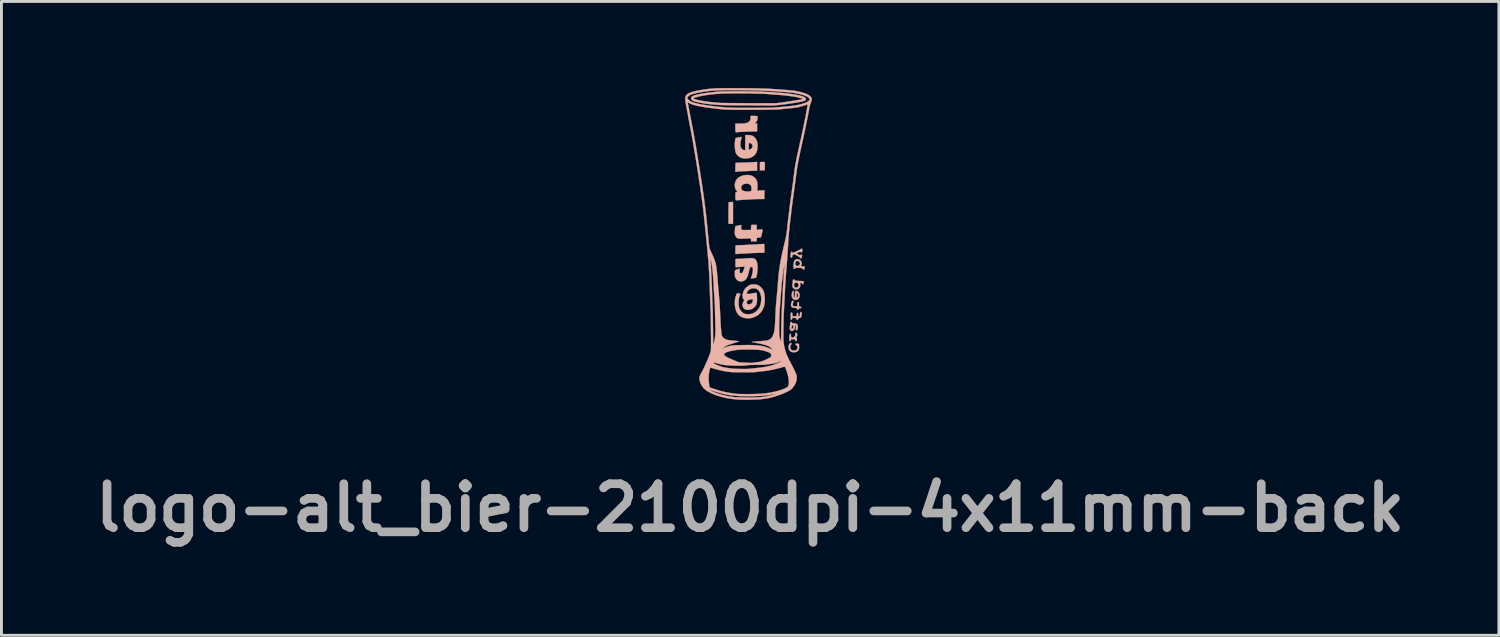
<source format=kicad_pcb>
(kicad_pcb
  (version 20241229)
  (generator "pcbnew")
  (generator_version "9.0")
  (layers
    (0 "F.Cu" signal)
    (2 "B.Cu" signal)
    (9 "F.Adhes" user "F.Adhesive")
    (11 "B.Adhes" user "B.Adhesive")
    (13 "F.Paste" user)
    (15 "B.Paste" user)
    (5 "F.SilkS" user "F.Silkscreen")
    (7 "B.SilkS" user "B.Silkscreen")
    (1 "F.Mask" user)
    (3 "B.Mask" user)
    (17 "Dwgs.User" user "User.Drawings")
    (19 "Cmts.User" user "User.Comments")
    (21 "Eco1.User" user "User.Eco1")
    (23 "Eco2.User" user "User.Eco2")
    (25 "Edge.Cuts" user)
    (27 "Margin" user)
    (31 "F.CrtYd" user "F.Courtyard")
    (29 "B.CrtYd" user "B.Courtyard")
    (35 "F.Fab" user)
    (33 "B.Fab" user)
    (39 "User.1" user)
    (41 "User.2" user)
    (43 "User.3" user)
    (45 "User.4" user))
  (footprint "logo-alt_bier-2100dpi-4x11mm-back"
    (layer "F.Cu")
    (at 22.99 5.393)
    (property "Reference" "logo-alt_bier-2100dpi-4x11mm-back" (at -0.05 9.15 0) (layer "F.Fab") (effects (font (size 1.524 1.524) (thickness 0.3))))
    (attr through_hole)
    (fp_poly (pts (xy -0.714 -1.444) (xy -0.753 -1.442) (xy -0.782 -1.441) (xy -0.792 -1.44) (xy -0.795 -1.428) (xy -0.797 -1.395) (xy -0.798 -1.344) (xy -0.8 -1.277) (xy -0.801 -1.197) (xy -0.801 -1.108) (xy -0.802 -1.064) (xy -0.802 -0.689) (xy -0.644 -0.689) (xy -0.644 -1.447) (xy -0.714 -1.444)) (stroke (width 0.01) (type solid)) (fill yes) (layer "B.SilkS"))
    (fp_poly (pts (xy 0.372 -2.832) (xy 0.287 -2.828) (xy 0.287 -2.54) (xy 0.372 -2.54) (xy 0.421 -2.542) (xy 0.449 -2.547) (xy 0.457 -2.555) (xy 0.457 -2.579) (xy 0.457 -2.619) (xy 0.458 -2.668) (xy 0.458 -2.719) (xy 0.458 -2.765) (xy 0.458 -2.801) (xy 0.457 -2.818) (xy 0.452 -2.828) (xy 0.436 -2.833) (xy 0.403 -2.833) (xy 0.372 -2.832)) (stroke (width 0.01) (type solid)) (fill yes) (layer "B.SilkS"))
    (fp_poly (pts (xy 0.078 -2.826) (xy 0.031 -2.823) (xy -0.034 -2.82) (xy -0.112 -2.817) (xy -0.197 -2.814) (xy -0.283 -2.811) (xy -0.294 -2.811) (xy -0.37 -2.808) (xy -0.438 -2.806) (xy -0.493 -2.804) (xy -0.533 -2.803) (xy -0.553 -2.802) (xy -0.555 -2.802) (xy -0.556 -2.79) (xy -0.558 -2.758) (xy -0.56 -2.712) (xy -0.562 -2.655) (xy -0.562 -2.646) (xy -0.567 -2.492) (xy -0.529 -2.492) (xy -0.501 -2.493) (xy -0.486 -2.497) (xy -0.485 -2.497) (xy -0.472 -2.5) (xy -0.439 -2.503) (xy -0.39 -2.506) (xy -0.33 -2.509) (xy -0.299 -2.51) (xy -0.23 -2.513) (xy -0.163 -2.516) (xy -0.107 -2.519) (xy -0.066 -2.521) (xy -0.058 -2.522) (xy -0.014 -2.524) (xy 0.041 -2.526) (xy 0.097 -2.527) (xy 0.19 -2.528) (xy 0.19 -2.834) (xy 0.078 -2.826)) (stroke (width 0.01) (type solid)) (fill yes) (layer "B.SilkS"))
    (fp_poly (pts (xy 1.355 3.437) (xy 1.327 3.454) (xy 1.303 3.487) (xy 1.286 3.532) (xy 1.279 3.58) (xy 1.279 3.583) (xy 1.288 3.651) (xy 1.314 3.704) (xy 1.359 3.739) (xy 1.42 3.758) (xy 1.466 3.762) (xy 1.528 3.756) (xy 1.573 3.74) (xy 1.577 3.738) (xy 1.613 3.704) (xy 1.638 3.656) (xy 1.649 3.604) (xy 1.645 3.563) (xy 1.639 3.531) (xy 1.642 3.508) (xy 1.643 3.506) (xy 1.646 3.485) (xy 1.628 3.469) (xy 1.592 3.46) (xy 1.574 3.459) (xy 1.54 3.461) (xy 1.525 3.468) (xy 1.521 3.483) (xy 1.521 3.484) (xy 1.532 3.508) (xy 1.55 3.519) (xy 1.576 3.54) (xy 1.588 3.574) (xy 1.588 3.614) (xy 1.575 3.652) (xy 1.551 3.681) (xy 1.541 3.687) (xy 1.489 3.703) (xy 1.436 3.702) (xy 1.389 3.686) (xy 1.369 3.671) (xy 1.346 3.633) (xy 1.338 3.584) (xy 1.347 3.535) (xy 1.365 3.503) (xy 1.381 3.473) (xy 1.381 3.45) (xy 1.368 3.437) (xy 1.355 3.437)) (stroke (width 0.01) (type solid)) (fill yes) (layer "B.SilkS"))
    (fp_poly (pts (xy 1.408 1.985) (xy 1.389 2.014) (xy 1.374 2.053) (xy 1.366 2.1) (xy 1.364 2.118) (xy 1.37 2.164) (xy 1.39 2.195) (xy 1.428 2.214) (xy 1.485 2.223) (xy 1.488 2.223) (xy 1.531 2.227) (xy 1.556 2.232) (xy 1.568 2.241) (xy 1.572 2.254) (xy 1.582 2.275) (xy 1.601 2.285) (xy 1.62 2.282) (xy 1.629 2.266) (xy 1.63 2.263) (xy 1.635 2.246) (xy 1.654 2.238) (xy 1.675 2.235) (xy 1.706 2.23) (xy 1.719 2.218) (xy 1.72 2.207) (xy 1.714 2.189) (xy 1.691 2.181) (xy 1.681 2.179) (xy 1.642 2.176) (xy 1.642 2.098) (xy 1.641 2.055) (xy 1.637 2.032) (xy 1.63 2.022) (xy 1.619 2.02) (xy 1.599 2.026) (xy 1.587 2.048) (xy 1.582 2.088) (xy 1.581 2.112) (xy 1.581 2.165) (xy 1.522 2.165) (xy 1.483 2.164) (xy 1.452 2.16) (xy 1.443 2.158) (xy 1.428 2.14) (xy 1.425 2.107) (xy 1.433 2.063) (xy 1.442 2.036) (xy 1.453 2) (xy 1.449 1.98) (xy 1.448 1.979) (xy 1.429 1.972) (xy 1.408 1.985)) (stroke (width 0.01) (type solid)) (fill yes) (layer "B.SilkS"))
    (fp_poly (pts (xy 1.521 1.641) (xy 1.511 1.668) (xy 1.505 1.715) (xy 1.502 1.754) (xy 1.497 1.805) (xy 1.492 1.845) (xy 1.487 1.869) (xy 1.483 1.875) (xy 1.471 1.865) (xy 1.459 1.849) (xy 1.452 1.818) (xy 1.453 1.77) (xy 1.462 1.702) (xy 1.468 1.671) (xy 1.471 1.644) (xy 1.465 1.634) (xy 1.447 1.635) (xy 1.423 1.65) (xy 1.405 1.685) (xy 1.393 1.736) (xy 1.389 1.788) (xy 1.397 1.848) (xy 1.423 1.896) (xy 1.461 1.93) (xy 1.508 1.946) (xy 1.561 1.943) (xy 1.596 1.928) (xy 1.634 1.895) (xy 1.657 1.849) (xy 1.666 1.796) (xy 1.664 1.779) (xy 1.611 1.779) (xy 1.61 1.806) (xy 1.6 1.832) (xy 1.584 1.865) (xy 1.571 1.873) (xy 1.562 1.858) (xy 1.557 1.82) (xy 1.557 1.797) (xy 1.56 1.747) (xy 1.566 1.718) (xy 1.577 1.712) (xy 1.592 1.73) (xy 1.6 1.747) (xy 1.611 1.779) (xy 1.664 1.779) (xy 1.66 1.743) (xy 1.64 1.695) (xy 1.605 1.658) (xy 1.594 1.651) (xy 1.559 1.635) (xy 1.536 1.631) (xy 1.521 1.641)) (stroke (width 0.01) (type solid)) (fill yes) (layer "B.SilkS"))
    (fp_poly (pts (xy 1.514 3.088) (xy 1.51 3.102) (xy 1.514 3.128) (xy 1.516 3.161) (xy 1.507 3.189) (xy 1.49 3.213) (xy 1.466 3.24) (xy 1.444 3.251) (xy 1.414 3.251) (xy 1.37 3.248) (xy 1.366 3.184) (xy 1.362 3.146) (xy 1.355 3.127) (xy 1.343 3.121) (xy 1.34 3.121) (xy 1.324 3.129) (xy 1.313 3.156) (xy 1.306 3.202) (xy 1.303 3.27) (xy 1.303 3.293) (xy 1.304 3.336) (xy 1.307 3.361) (xy 1.314 3.372) (xy 1.327 3.375) (xy 1.328 3.375) (xy 1.348 3.366) (xy 1.359 3.339) (xy 1.36 3.337) (xy 1.367 3.312) (xy 1.381 3.304) (xy 1.403 3.307) (xy 1.443 3.312) (xy 1.474 3.314) (xy 1.499 3.318) (xy 1.508 3.333) (xy 1.509 3.344) (xy 1.515 3.368) (xy 1.531 3.375) (xy 1.554 3.371) (xy 1.561 3.367) (xy 1.567 3.348) (xy 1.569 3.318) (xy 1.567 3.286) (xy 1.561 3.26) (xy 1.555 3.251) (xy 1.549 3.241) (xy 1.56 3.218) (xy 1.561 3.217) (xy 1.579 3.178) (xy 1.581 3.14) (xy 1.57 3.107) (xy 1.547 3.088) (xy 1.529 3.084) (xy 1.514 3.088)) (stroke (width 0.01) (type solid)) (fill yes) (layer "B.SilkS"))
    (fp_poly (pts (xy 0.379 0.01) (xy 0.333 0.013) (xy 0.321 0.014) (xy 0.273 0.017) (xy 0.209 0.021) (xy 0.135 0.025) (xy 0.058 0.029) (xy 0.028 0.03) (xy -0.041 0.034) (xy -0.104 0.037) (xy -0.156 0.04) (xy -0.192 0.042) (xy -0.203 0.043) (xy -0.229 0.045) (xy -0.273 0.047) (xy -0.329 0.048) (xy -0.391 0.05) (xy -0.394 0.05) (xy -0.452 0.051) (xy -0.502 0.054) (xy -0.538 0.058) (xy -0.555 0.063) (xy -0.555 0.063) (xy -0.558 0.079) (xy -0.56 0.114) (xy -0.562 0.163) (xy -0.562 0.216) (xy -0.562 0.357) (xy -0.531 0.358) (xy -0.506 0.358) (xy -0.496 0.356) (xy -0.483 0.354) (xy -0.451 0.351) (xy -0.403 0.348) (xy -0.345 0.345) (xy -0.323 0.344) (xy -0.259 0.341) (xy -0.202 0.338) (xy -0.157 0.335) (xy -0.129 0.332) (xy -0.125 0.332) (xy -0.104 0.33) (xy -0.064 0.328) (xy -0.007 0.325) (xy 0.063 0.323) (xy 0.14 0.32) (xy 0.175 0.319) (xy 0.444 0.311) (xy 0.444 0.162) (xy 0.443 0.092) (xy 0.44 0.042) (xy 0.435 0.015) (xy 0.431 0.01) (xy 0.414 0.009) (xy 0.379 0.01)) (stroke (width 0.01) (type solid)) (fill yes) (layer "B.SilkS"))
    (fp_poly (pts (xy -0.014 -4.428) (xy -0.018 -4.428) (xy -0.03 -4.423) (xy -0.037 -4.409) (xy -0.039 -4.377) (xy -0.04 -4.353) (xy -0.041 -4.31) (xy -0.047 -4.282) (xy -0.061 -4.259) (xy -0.085 -4.234) (xy -0.116 -4.207) (xy -0.152 -4.188) (xy -0.198 -4.175) (xy -0.256 -4.166) (xy -0.331 -4.162) (xy -0.412 -4.161) (xy -0.566 -4.161) (xy -0.563 -4.037) (xy -0.562 -3.982) (xy -0.561 -3.933) (xy -0.561 -3.898) (xy -0.56 -3.886) (xy -0.553 -3.864) (xy -0.531 -3.858) (xy -0.507 -3.86) (xy -0.498 -3.863) (xy -0.485 -3.866) (xy -0.451 -3.869) (xy -0.401 -3.872) (xy -0.339 -3.875) (xy -0.268 -3.879) (xy -0.194 -3.882) (xy -0.119 -3.885) (xy -0.048 -3.887) (xy 0.016 -3.888) (xy 0.066 -3.889) (xy 0.19 -3.889) (xy 0.19 -4.031) (xy 0.19 -4.173) (xy 0.113 -4.173) (xy 0.144 -4.206) (xy 0.17 -4.237) (xy 0.189 -4.266) (xy 0.19 -4.268) (xy 0.198 -4.293) (xy 0.203 -4.329) (xy 0.206 -4.368) (xy 0.206 -4.401) (xy 0.202 -4.419) (xy 0.201 -4.42) (xy 0.188 -4.422) (xy 0.157 -4.424) (xy 0.115 -4.426) (xy 0.068 -4.428) (xy 0.023 -4.428) (xy -0.014 -4.428)) (stroke (width 0.01) (type solid)) (fill yes) (layer "B.SilkS"))
    (fp_poly (pts (xy 1.352 2.713) (xy 1.344 2.726) (xy 1.338 2.755) (xy 1.335 2.785) (xy 1.33 2.835) (xy 1.324 2.883) (xy 1.32 2.909) (xy 1.322 2.956) (xy 1.339 2.993) (xy 1.368 3.016) (xy 1.402 3.024) (xy 1.438 3.012) (xy 1.458 2.996) (xy 1.486 2.952) (xy 1.504 2.897) (xy 1.509 2.852) (xy 1.511 2.838) (xy 1.448 2.838) (xy 1.445 2.871) (xy 1.445 2.873) (xy 1.436 2.914) (xy 1.422 2.944) (xy 1.406 2.96) (xy 1.391 2.96) (xy 1.38 2.941) (xy 1.378 2.93) (xy 1.38 2.9) (xy 1.391 2.865) (xy 1.408 2.836) (xy 1.426 2.819) (xy 1.431 2.818) (xy 1.443 2.822) (xy 1.448 2.838) (xy 1.511 2.838) (xy 1.512 2.829) (xy 1.524 2.825) (xy 1.528 2.826) (xy 1.54 2.836) (xy 1.543 2.857) (xy 1.54 2.89) (xy 1.535 2.929) (xy 1.531 2.961) (xy 1.53 2.969) (xy 1.535 2.99) (xy 1.553 2.997) (xy 1.572 2.995) (xy 1.585 2.979) (xy 1.592 2.955) (xy 1.605 2.885) (xy 1.599 2.831) (xy 1.574 2.792) (xy 1.531 2.768) (xy 1.468 2.758) (xy 1.454 2.758) (xy 1.42 2.755) (xy 1.402 2.746) (xy 1.396 2.734) (xy 1.381 2.713) (xy 1.366 2.709) (xy 1.352 2.713)) (stroke (width 0.01) (type solid)) (fill yes) (layer "B.SilkS"))
    (fp_poly (pts (xy 1.689 2.369) (xy 1.68 2.396) (xy 1.678 2.427) (xy 1.673 2.477) (xy 1.66 2.512) (xy 1.64 2.527) (xy 1.636 2.528) (xy 1.625 2.52) (xy 1.618 2.493) (xy 1.615 2.458) (xy 1.611 2.417) (xy 1.604 2.395) (xy 1.593 2.389) (xy 1.58 2.399) (xy 1.569 2.431) (xy 1.564 2.453) (xy 1.553 2.517) (xy 1.486 2.513) (xy 1.418 2.51) (xy 1.414 2.446) (xy 1.411 2.408) (xy 1.404 2.389) (xy 1.392 2.383) (xy 1.388 2.383) (xy 1.373 2.386) (xy 1.362 2.399) (xy 1.355 2.424) (xy 1.352 2.467) (xy 1.351 2.529) (xy 1.352 2.58) (xy 1.354 2.612) (xy 1.358 2.629) (xy 1.366 2.636) (xy 1.376 2.637) (xy 1.395 2.629) (xy 1.4 2.607) (xy 1.402 2.585) (xy 1.412 2.573) (xy 1.435 2.569) (xy 1.476 2.571) (xy 1.488 2.573) (xy 1.527 2.578) (xy 1.548 2.585) (xy 1.557 2.597) (xy 1.559 2.611) (xy 1.57 2.639) (xy 1.586 2.647) (xy 1.603 2.634) (xy 1.611 2.613) (xy 1.621 2.587) (xy 1.64 2.577) (xy 1.653 2.576) (xy 1.686 2.568) (xy 1.708 2.552) (xy 1.724 2.521) (xy 1.734 2.478) (xy 1.736 2.433) (xy 1.731 2.394) (xy 1.723 2.378) (xy 1.704 2.362) (xy 1.689 2.369)) (stroke (width 0.01) (type solid)) (fill yes) (layer "B.SilkS"))
    (fp_poly (pts (xy 1.552 0.538) (xy 1.507 0.559) (xy 1.477 0.591) (xy 1.467 0.617) (xy 1.46 0.658) (xy 1.455 0.708) (xy 1.452 0.761) (xy 1.452 0.81) (xy 1.456 0.848) (xy 1.462 0.867) (xy 1.482 0.876) (xy 1.501 0.869) (xy 1.509 0.851) (xy 1.515 0.842) (xy 1.538 0.836) (xy 1.58 0.835) (xy 1.586 0.835) (xy 1.667 0.837) (xy 1.724 0.843) (xy 1.76 0.854) (xy 1.774 0.869) (xy 1.775 0.873) (xy 1.784 0.89) (xy 1.805 0.896) (xy 1.827 0.888) (xy 1.827 0.887) (xy 1.832 0.871) (xy 1.835 0.84) (xy 1.835 0.833) (xy 1.835 0.786) (xy 1.773 0.786) (xy 1.737 0.785) (xy 1.72 0.781) (xy 1.716 0.771) (xy 1.719 0.759) (xy 1.731 0.71) (xy 1.734 0.683) (xy 1.678 0.683) (xy 1.668 0.718) (xy 1.641 0.75) (xy 1.608 0.77) (xy 1.588 0.774) (xy 1.556 0.766) (xy 1.533 0.75) (xy 1.514 0.716) (xy 1.511 0.674) (xy 1.523 0.633) (xy 1.549 0.602) (xy 1.55 0.602) (xy 1.582 0.593) (xy 1.618 0.602) (xy 1.65 0.625) (xy 1.672 0.656) (xy 1.678 0.683) (xy 1.734 0.683) (xy 1.734 0.674) (xy 1.728 0.642) (xy 1.722 0.625) (xy 1.692 0.579) (xy 1.65 0.549) (xy 1.602 0.535) (xy 1.552 0.538)) (stroke (width 0.01) (type solid)) (fill yes) (layer "B.SilkS"))
    (fp_poly (pts (xy 1.441 1.242) (xy 1.432 1.257) (xy 1.427 1.288) (xy 1.426 1.3) (xy 1.423 1.349) (xy 1.418 1.405) (xy 1.416 1.43) (xy 1.413 1.471) (xy 1.417 1.497) (xy 1.429 1.518) (xy 1.452 1.542) (xy 1.5 1.575) (xy 1.551 1.585) (xy 1.606 1.571) (xy 1.625 1.56) (xy 1.666 1.521) (xy 1.686 1.469) (xy 1.686 1.43) (xy 1.63 1.43) (xy 1.62 1.471) (xy 1.596 1.502) (xy 1.564 1.52) (xy 1.528 1.521) (xy 1.495 1.504) (xy 1.49 1.499) (xy 1.471 1.464) (xy 1.469 1.424) (xy 1.481 1.386) (xy 1.505 1.357) (xy 1.538 1.343) (xy 1.545 1.343) (xy 1.579 1.353) (xy 1.61 1.38) (xy 1.628 1.415) (xy 1.63 1.43) (xy 1.686 1.43) (xy 1.686 1.409) (xy 1.682 1.376) (xy 1.685 1.36) (xy 1.698 1.355) (xy 1.71 1.355) (xy 1.738 1.363) (xy 1.747 1.379) (xy 1.761 1.399) (xy 1.775 1.403) (xy 1.791 1.395) (xy 1.8 1.37) (xy 1.802 1.358) (xy 1.804 1.326) (xy 1.803 1.305) (xy 1.803 1.303) (xy 1.789 1.298) (xy 1.758 1.295) (xy 1.734 1.294) (xy 1.688 1.293) (xy 1.631 1.29) (xy 1.577 1.286) (xy 1.53 1.282) (xy 1.502 1.276) (xy 1.488 1.269) (xy 1.485 1.257) (xy 1.484 1.255) (xy 1.478 1.238) (xy 1.457 1.236) (xy 1.441 1.242)) (stroke (width 0.01) (type solid)) (fill yes) (layer "B.SilkS"))
    (fp_poly (pts (xy 1.718 0.174) (xy 1.706 0.186) (xy 1.692 0.196) (xy 1.661 0.213) (xy 1.619 0.234) (xy 1.57 0.257) (xy 1.521 0.278) (xy 1.477 0.297) (xy 1.443 0.31) (xy 1.425 0.314) (xy 1.413 0.305) (xy 1.412 0.296) (xy 1.402 0.281) (xy 1.389 0.278) (xy 1.371 0.287) (xy 1.359 0.315) (xy 1.353 0.363) (xy 1.351 0.42) (xy 1.352 0.457) (xy 1.356 0.476) (xy 1.366 0.482) (xy 1.379 0.482) (xy 1.398 0.474) (xy 1.407 0.452) (xy 1.41 0.434) (xy 1.416 0.401) (xy 1.434 0.382) (xy 1.449 0.375) (xy 1.467 0.369) (xy 1.485 0.369) (xy 1.508 0.377) (xy 1.541 0.394) (xy 1.582 0.418) (xy 1.626 0.445) (xy 1.661 0.469) (xy 1.682 0.486) (xy 1.686 0.492) (xy 1.702 0.506) (xy 1.714 0.508) (xy 1.729 0.501) (xy 1.738 0.479) (xy 1.743 0.452) (xy 1.746 0.417) (xy 1.745 0.391) (xy 1.744 0.386) (xy 1.726 0.375) (xy 1.705 0.381) (xy 1.695 0.393) (xy 1.687 0.401) (xy 1.671 0.399) (xy 1.642 0.385) (xy 1.631 0.379) (xy 1.591 0.355) (xy 1.57 0.339) (xy 1.569 0.327) (xy 1.585 0.316) (xy 1.612 0.304) (xy 1.66 0.285) (xy 1.69 0.279) (xy 1.702 0.287) (xy 1.702 0.29) (xy 1.712 0.3) (xy 1.725 0.302) (xy 1.742 0.296) (xy 1.752 0.272) (xy 1.755 0.255) (xy 1.758 0.219) (xy 1.756 0.192) (xy 1.755 0.188) (xy 1.739 0.171) (xy 1.718 0.174)) (stroke (width 0.01) (type solid)) (fill yes) (layer "B.SilkS"))
    (fp_poly (pts (xy 0.028 -0.652) (xy -0.004 -0.647) (xy -0.016 -0.64) (xy -0.017 -0.638) (xy -0.018 -0.618) (xy -0.019 -0.583) (xy -0.02 -0.55) (xy -0.021 -0.478) (xy -0.171 -0.474) (xy -0.235 -0.473) (xy -0.279 -0.473) (xy -0.309 -0.476) (xy -0.328 -0.481) (xy -0.342 -0.49) (xy -0.344 -0.492) (xy -0.358 -0.509) (xy -0.364 -0.53) (xy -0.363 -0.565) (xy -0.362 -0.581) (xy -0.355 -0.648) (xy -0.457 -0.631) (xy -0.516 -0.618) (xy -0.552 -0.606) (xy -0.566 -0.594) (xy -0.57 -0.574) (xy -0.574 -0.536) (xy -0.578 -0.486) (xy -0.58 -0.448) (xy -0.582 -0.389) (xy -0.582 -0.348) (xy -0.578 -0.318) (xy -0.57 -0.292) (xy -0.558 -0.266) (xy -0.537 -0.231) (xy -0.515 -0.206) (xy -0.487 -0.188) (xy -0.449 -0.178) (xy -0.398 -0.173) (xy -0.329 -0.173) (xy -0.263 -0.176) (xy -0.197 -0.179) (xy -0.137 -0.181) (xy -0.089 -0.184) (xy -0.058 -0.185) (xy -0.052 -0.186) (xy -0.033 -0.185) (xy -0.024 -0.174) (xy -0.021 -0.148) (xy -0.02 -0.133) (xy -0.019 -0.079) (xy 0.028 -0.079) (xy 0.073 -0.079) (xy 0.121 -0.082) (xy 0.127 -0.082) (xy 0.178 -0.086) (xy 0.178 -0.146) (xy 0.18 -0.182) (xy 0.186 -0.201) (xy 0.198 -0.206) (xy 0.199 -0.206) (xy 0.235 -0.209) (xy 0.273 -0.214) (xy 0.305 -0.221) (xy 0.324 -0.227) (xy 0.324 -0.228) (xy 0.329 -0.242) (xy 0.338 -0.273) (xy 0.348 -0.316) (xy 0.359 -0.364) (xy 0.37 -0.412) (xy 0.378 -0.452) (xy 0.383 -0.48) (xy 0.384 -0.487) (xy 0.373 -0.491) (xy 0.343 -0.492) (xy 0.3 -0.49) (xy 0.281 -0.489) (xy 0.178 -0.481) (xy 0.178 -0.653) (xy 0.081 -0.653) (xy 0.028 -0.652)) (stroke (width 0.01) (type solid)) (fill yes) (layer "B.SilkS"))
    (fp_poly (pts (xy -0.182 -3.763) (xy -0.221 -3.762) (xy -0.221 -3.242) (xy -0.256 -3.242) (xy -0.291 -3.249) (xy -0.321 -3.265) (xy -0.36 -3.31) (xy -0.383 -3.37) (xy -0.389 -3.446) (xy -0.379 -3.539) (xy -0.367 -3.598) (xy -0.357 -3.643) (xy -0.349 -3.678) (xy -0.347 -3.696) (xy -0.347 -3.698) (xy -0.359 -3.697) (xy -0.388 -3.693) (xy -0.428 -3.687) (xy -0.471 -3.679) (xy -0.511 -3.672) (xy -0.542 -3.665) (xy -0.555 -3.661) (xy -0.555 -3.661) (xy -0.562 -3.643) (xy -0.569 -3.606) (xy -0.575 -3.556) (xy -0.58 -3.498) (xy -0.583 -3.437) (xy -0.583 -3.43) (xy -0.581 -3.326) (xy -0.569 -3.233) (xy -0.55 -3.157) (xy -0.535 -3.12) (xy -0.497 -3.067) (xy -0.444 -3.019) (xy -0.383 -2.982) (xy -0.349 -2.969) (xy -0.279 -2.956) (xy -0.198 -2.952) (xy -0.119 -2.959) (xy -0.055 -2.974) (xy 0.033 -3.014) (xy 0.103 -3.069) (xy 0.155 -3.139) (xy 0.189 -3.226) (xy 0.206 -3.329) (xy 0.208 -3.357) (xy 0.207 -3.368) (xy 0.033 -3.368) (xy 0.014 -3.322) (xy -0.008 -3.295) (xy -0.038 -3.27) (xy -0.065 -3.255) (xy -0.075 -3.254) (xy -0.086 -3.255) (xy -0.093 -3.262) (xy -0.098 -3.279) (xy -0.1 -3.311) (xy -0.1 -3.362) (xy -0.1 -3.376) (xy -0.1 -3.431) (xy -0.098 -3.467) (xy -0.094 -3.486) (xy -0.088 -3.492) (xy -0.081 -3.491) (xy -0.053 -3.484) (xy -0.044 -3.483) (xy -0.024 -3.475) (xy 0.001 -3.456) (xy 0.003 -3.454) (xy 0.03 -3.413) (xy 0.033 -3.368) (xy 0.207 -3.368) (xy 0.204 -3.467) (xy 0.182 -3.562) (xy 0.142 -3.64) (xy 0.104 -3.685) (xy 0.06 -3.721) (xy 0.012 -3.745) (xy -0.046 -3.759) (xy -0.119 -3.764) (xy -0.182 -3.763)) (stroke (width 0.01) (type solid)) (fill yes) (layer "B.SilkS"))
    (fp_poly (pts (xy -0.19 -2.38) (xy -0.296 -2.364) (xy -0.388 -2.332) (xy -0.464 -2.285) (xy -0.522 -2.224) (xy -0.562 -2.15) (xy -0.582 -2.064) (xy -0.584 -2.026) (xy -0.576 -1.949) (xy -0.553 -1.883) (xy -0.521 -1.835) (xy -0.501 -1.807) (xy -0.499 -1.792) (xy -0.516 -1.788) (xy -0.531 -1.789) (xy -0.545 -1.787) (xy -0.554 -1.774) (xy -0.559 -1.747) (xy -0.562 -1.702) (xy -0.562 -1.637) (xy -0.562 -1.634) (xy -0.562 -1.578) (xy -0.56 -1.539) (xy -0.552 -1.516) (xy -0.534 -1.505) (xy -0.502 -1.504) (xy -0.453 -1.508) (xy -0.408 -1.512) (xy -0.361 -1.516) (xy -0.296 -1.521) (xy -0.222 -1.525) (xy -0.146 -1.529) (xy -0.124 -1.53) (xy -0.058 -1.534) (xy 0.000069 -1.537) (xy 0.046 -1.54) (xy 0.075 -1.542) (xy 0.081 -1.543) (xy 0.1 -1.544) (xy 0.137 -1.545) (xy 0.189 -1.546) (xy 0.25 -1.547) (xy 0.272 -1.547) (xy 0.444 -1.548) (xy 0.444 -1.853) (xy 0.316 -1.845) (xy 0.188 -1.836) (xy 0.196 -1.863) (xy 0.2 -1.886) (xy 0.203 -1.921) (xy -0.003 -1.921) (xy -0.005 -1.87) (xy -0.012 -1.839) (xy -0.028 -1.822) (xy -0.057 -1.814) (xy -0.092 -1.812) (xy -0.187 -1.812) (xy -0.26 -1.822) (xy -0.312 -1.843) (xy -0.329 -1.856) (xy -0.351 -1.886) (xy -0.359 -1.923) (xy -0.36 -1.94) (xy -0.35 -1.995) (xy -0.319 -2.037) (xy -0.27 -2.065) (xy -0.204 -2.079) (xy -0.172 -2.08) (xy -0.104 -2.072) (xy -0.053 -2.046) (xy -0.02 -2.004) (xy -0.005 -1.946) (xy -0.003 -1.921) (xy 0.203 -1.921) (xy 0.203 -1.927) (xy 0.205 -1.978) (xy 0.205 -2.007) (xy 0.2 -2.097) (xy 0.185 -2.169) (xy 0.157 -2.229) (xy 0.115 -2.281) (xy 0.096 -2.299) (xy 0.033 -2.343) (xy -0.039 -2.37) (xy -0.124 -2.381) (xy -0.19 -2.38)) (stroke (width 0.01) (type solid)) (fill yes) (layer "B.SilkS"))
    (fp_poly (pts (xy -0.065 0.5) (xy -0.111 0.502) (xy -0.169 0.506) (xy -0.218 0.509) (xy -0.254 0.512) (xy -0.27 0.515) (xy -0.27 0.515) (xy -0.284 0.517) (xy -0.318 0.519) (xy -0.365 0.521) (xy -0.418 0.522) (xy -0.48 0.524) (xy -0.521 0.526) (xy -0.546 0.53) (xy -0.558 0.537) (xy -0.56 0.544) (xy -0.561 0.563) (xy -0.561 0.601) (xy -0.561 0.65) (xy -0.561 0.689) (xy -0.56 0.746) (xy -0.559 0.783) (xy -0.555 0.804) (xy -0.549 0.813) (xy -0.539 0.814) (xy -0.539 0.814) (xy -0.519 0.813) (xy -0.481 0.81) (xy -0.429 0.807) (xy -0.377 0.804) (xy -0.236 0.795) (xy -0.265 0.885) (xy -0.283 0.932) (xy -0.304 0.974) (xy -0.322 1.002) (xy -0.324 1.003) (xy -0.346 1.022) (xy -0.366 1.025) (xy -0.384 1.018) (xy -0.402 1.007) (xy -0.413 0.989) (xy -0.417 0.959) (xy -0.416 0.912) (xy -0.416 0.905) (xy -0.413 0.86) (xy -0.489 0.885) (xy -0.53 0.9) (xy -0.561 0.915) (xy -0.575 0.924) (xy -0.58 0.945) (xy -0.583 0.983) (xy -0.583 1.03) (xy -0.581 1.079) (xy -0.577 1.124) (xy -0.571 1.152) (xy -0.546 1.207) (xy -0.506 1.256) (xy -0.463 1.288) (xy -0.397 1.31) (xy -0.331 1.308) (xy -0.272 1.287) (xy -0.229 1.261) (xy -0.194 1.228) (xy -0.165 1.183) (xy -0.139 1.125) (xy -0.115 1.049) (xy -0.094 0.962) (xy -0.083 0.914) (xy -0.071 0.871) (xy -0.062 0.844) (xy -0.041 0.813) (xy -0.012 0.803) (xy 0.019 0.815) (xy 0.023 0.818) (xy 0.036 0.833) (xy 0.043 0.851) (xy 0.044 0.879) (xy 0.042 0.924) (xy 0.042 0.931) (xy 0.034 0.99) (xy 0.021 1.057) (xy 0.005 1.117) (xy -0.026 1.212) (xy 0.001 1.205) (xy 0.028 1.2) (xy 0.068 1.194) (xy 0.091 1.19) (xy 0.122 1.186) (xy 0.144 1.178) (xy 0.16 1.163) (xy 0.171 1.138) (xy 0.18 1.098) (xy 0.189 1.039) (xy 0.193 1.007) (xy 0.206 0.877) (xy 0.206 0.765) (xy 0.194 0.672) (xy 0.169 0.599) (xy 0.133 0.545) (xy 0.085 0.512) (xy 0.061 0.504) (xy 0.031 0.5) (xy -0.009 0.498) (xy -0.065 0.5)) (stroke (width 0.01) (type solid)) (fill yes) (layer "B.SilkS"))
    (fp_poly (pts (xy 0.023 1.41) (xy -0.014 1.415) (xy -0.048 1.426) (xy -0.087 1.445) (xy -0.098 1.451) (xy -0.18 1.508) (xy -0.244 1.581) (xy -0.289 1.667) (xy -0.312 1.76) (xy -0.314 1.815) (xy -0.307 1.867) (xy -0.292 1.91) (xy -0.272 1.936) (xy -0.27 1.937) (xy -0.257 1.948) (xy -0.257 1.96) (xy -0.269 1.981) (xy -0.276 1.992) (xy -0.303 2.049) (xy -0.314 2.114) (xy -0.308 2.175) (xy -0.306 2.182) (xy -0.278 2.233) (xy -0.234 2.269) (xy -0.179 2.289) (xy -0.117 2.295) (xy -0.051 2.285) (xy 0.015 2.259) (xy 0.077 2.218) (xy 0.095 2.202) (xy 0.134 2.159) (xy 0.161 2.112) (xy 0.178 2.057) (xy 0.187 1.989) (xy 0.188 1.958) (xy 0.045 1.958) (xy 0.039 1.998) (xy 0.026 2.034) (xy -0.001 2.067) (xy -0.04 2.09) (xy -0.083 2.102) (xy -0.124 2.101) (xy -0.154 2.086) (xy -0.171 2.053) (xy -0.169 2.016) (xy -0.148 1.981) (xy -0.114 1.954) (xy -0.081 1.942) (xy -0.038 1.932) (xy -0.017 1.928) (xy 0.045 1.92) (xy 0.045 1.958) (xy 0.188 1.958) (xy 0.189 1.905) (xy 0.187 1.859) (xy 0.184 1.802) (xy 0.179 1.753) (xy 0.174 1.719) (xy 0.17 1.704) (xy 0.154 1.702) (xy 0.12 1.705) (xy 0.073 1.712) (xy 0.039 1.718) (xy -0.04 1.733) (xy -0.097 1.741) (xy -0.136 1.742) (xy -0.158 1.734) (xy -0.166 1.718) (xy -0.163 1.694) (xy -0.159 1.682) (xy -0.126 1.628) (xy -0.077 1.587) (xy -0.016 1.558) (xy 0.051 1.545) (xy 0.12 1.548) (xy 0.184 1.57) (xy 0.19 1.573) (xy 0.24 1.615) (xy 0.28 1.674) (xy 0.31 1.749) (xy 0.328 1.833) (xy 0.334 1.925) (xy 0.327 2.019) (xy 0.308 2.112) (xy 0.28 2.19) (xy 0.238 2.26) (xy 0.179 2.326) (xy 0.111 2.38) (xy 0.04 2.418) (xy 0.039 2.418) (xy -0.031 2.436) (xy -0.11 2.443) (xy -0.187 2.439) (xy -0.235 2.429) (xy -0.293 2.401) (xy -0.348 2.355) (xy -0.395 2.297) (xy -0.411 2.27) (xy -0.426 2.236) (xy -0.436 2.203) (xy -0.443 2.162) (xy -0.447 2.108) (xy -0.448 2.078) (xy -0.449 1.986) (xy -0.443 1.911) (xy -0.428 1.844) (xy -0.406 1.787) (xy -0.395 1.758) (xy -0.391 1.739) (xy -0.391 1.737) (xy -0.405 1.733) (xy -0.435 1.727) (xy -0.452 1.725) (xy -0.508 1.717) (xy -0.532 1.774) (xy -0.564 1.874) (xy -0.581 1.984) (xy -0.583 2.097) (xy -0.57 2.208) (xy -0.543 2.309) (xy -0.518 2.368) (xy -0.487 2.42) (xy -0.456 2.46) (xy -0.415 2.496) (xy -0.4 2.508) (xy -0.331 2.547) (xy -0.248 2.573) (xy -0.156 2.586) (xy -0.062 2.584) (xy 0.018 2.57) (xy 0.13 2.528) (xy 0.229 2.467) (xy 0.312 2.388) (xy 0.377 2.294) (xy 0.424 2.186) (xy 0.447 2.091) (xy 0.455 2.016) (xy 0.458 1.931) (xy 0.454 1.844) (xy 0.445 1.761) (xy 0.432 1.691) (xy 0.421 1.655) (xy 0.381 1.578) (xy 0.324 1.509) (xy 0.256 1.455) (xy 0.234 1.442) (xy 0.196 1.425) (xy 0.158 1.415) (xy 0.113 1.411) (xy 0.075 1.41) (xy 0.023 1.41)) (stroke (width 0.01) (type solid)) (fill yes) (layer "B.SilkS"))
    (fp_poly (pts (xy -0.6 -5.28) (xy -0.713 -5.28) (xy -0.819 -5.279) (xy -0.915 -5.278) (xy -0.999 -5.277) (xy -1.067 -5.276) (xy -1.117 -5.274) (xy -1.146 -5.273) (xy -1.314 -5.254) (xy -1.459 -5.237) (xy -1.582 -5.22) (xy -1.684 -5.205) (xy -1.766 -5.191) (xy -1.805 -5.182) (xy -1.897 -5.161) (xy -1.967 -5.142) (xy -2.019 -5.125) (xy -2.056 -5.108) (xy -2.079 -5.09) (xy -2.091 -5.07) (xy -2.095 -5.046) (xy -2.096 -5.038) (xy -2.091 -5.007) (xy -2.076 -4.982) (xy -2.047 -4.959) (xy -2.002 -4.939) (xy -1.94 -4.92) (xy -1.858 -4.9) (xy -1.797 -4.888) (xy -1.727 -4.874) (xy -1.659 -4.862) (xy -1.6 -4.853) (xy -1.555 -4.846) (xy -1.545 -4.845) (xy -1.499 -4.841) (xy -1.44 -4.834) (xy -1.377 -4.828) (xy -1.358 -4.826) (xy -1.294 -4.819) (xy -1.227 -4.814) (xy -1.156 -4.809) (xy -1.079 -4.805) (xy -0.993 -4.801) (xy -0.897 -4.798) (xy -0.787 -4.796) (xy -0.662 -4.794) (xy -0.52 -4.793) (xy -0.359 -4.792) (xy -0.175 -4.791) (xy -0.143 -4.791) (xy -0.009 -4.791) (xy 0.118 -4.79) (xy 0.236 -4.79) (xy 0.344 -4.789) (xy 0.438 -4.788) (xy 0.517 -4.787) (xy 0.579 -4.787) (xy 0.621 -4.786) (xy 0.642 -4.785) (xy 0.643 -4.785) (xy 0.665 -4.784) (xy 0.705 -4.785) (xy 0.757 -4.788) (xy 0.801 -4.791) (xy 0.878 -4.798) (xy 0.969 -4.808) (xy 1.07 -4.82) (xy 1.178 -4.834) (xy 1.289 -4.85) (xy 1.399 -4.866) (xy 1.504 -4.883) (xy 1.601 -4.899) (xy 1.685 -4.914) (xy 1.754 -4.928) (xy 1.803 -4.94) (xy 1.808 -4.941) (xy 1.847 -4.955) (xy 1.869 -4.97) (xy 1.879 -4.99) (xy 1.879 -4.992) (xy 1.88 -5.014) (xy 1.771 -5.014) (xy 1.755 -5.007) (xy 1.734 -5.002) (xy 1.691 -4.993) (xy 1.632 -4.983) (xy 1.559 -4.97) (xy 1.476 -4.956) (xy 1.386 -4.942) (xy 1.293 -4.928) (xy 1.199 -4.914) (xy 1.11 -4.901) (xy 1.028 -4.889) (xy 0.956 -4.88) (xy 0.898 -4.873) (xy 0.874 -4.87) (xy 0.852 -4.869) (xy 0.808 -4.868) (xy 0.746 -4.868) (xy 0.666 -4.868) (xy 0.572 -4.867) (xy 0.465 -4.867) (xy 0.348 -4.867) (xy 0.222 -4.868) (xy 0.092 -4.868) (xy -0.043 -4.868) (xy -0.178 -4.869) (xy -0.313 -4.87) (xy -0.444 -4.87) (xy -0.57 -4.871) (xy -0.688 -4.872) (xy -0.796 -4.873) (xy -0.892 -4.874) (xy -0.973 -4.875) (xy -1.038 -4.876) (xy -1.083 -4.877) (xy -1.107 -4.878) (xy -1.11 -4.878) (xy -1.14 -4.882) (xy -1.184 -4.887) (xy -1.235 -4.892) (xy -1.243 -4.892) (xy -1.358 -4.902) (xy -1.471 -4.914) (xy -1.579 -4.928) (xy -1.681 -4.944) (xy -1.773 -4.96) (xy -1.854 -4.976) (xy -1.921 -4.993) (xy -1.973 -5.009) (xy -2.006 -5.024) (xy -2.018 -5.037) (xy -2.015 -5.044) (xy -1.998 -5.052) (xy -1.962 -5.064) (xy -1.911 -5.078) (xy -1.849 -5.093) (xy -1.783 -5.109) (xy -1.715 -5.123) (xy -1.651 -5.136) (xy -1.594 -5.145) (xy -1.594 -5.145) (xy -1.497 -5.159) (xy -1.407 -5.171) (xy -1.322 -5.181) (xy -1.239 -5.188) (xy -1.153 -5.194) (xy -1.061 -5.199) (xy -0.96 -5.202) (xy -0.847 -5.205) (xy -0.717 -5.206) (xy -0.568 -5.207) (xy -0.499 -5.207) (xy -0.326 -5.206) (xy -0.161 -5.205) (xy -0.006 -5.204) (xy 0.138 -5.201) (xy 0.268 -5.198) (xy 0.381 -5.195) (xy 0.476 -5.191) (xy 0.551 -5.186) (xy 0.595 -5.183) (xy 0.631 -5.179) (xy 0.676 -5.175) (xy 0.734 -5.17) (xy 0.807 -5.165) (xy 0.899 -5.159) (xy 0.989 -5.152) (xy 1.104 -5.143) (xy 1.221 -5.13) (xy 1.337 -5.115) (xy 1.448 -5.099) (xy 1.55 -5.081) (xy 1.638 -5.062) (xy 1.708 -5.043) (xy 1.745 -5.031) (xy 1.768 -5.021) (xy 1.771 -5.014) (xy 1.88 -5.014) (xy 1.881 -5.022) (xy 1.868 -5.049) (xy 1.838 -5.073) (xy 1.789 -5.096) (xy 1.72 -5.119) (xy 1.66 -5.135) (xy 1.571 -5.154) (xy 1.463 -5.174) (xy 1.343 -5.192) (xy 1.216 -5.208) (xy 1.087 -5.221) (xy 0.963 -5.23) (xy 0.934 -5.232) (xy 0.877 -5.236) (xy 0.83 -5.239) (xy 0.797 -5.242) (xy 0.783 -5.244) (xy 0.783 -5.244) (xy 0.769 -5.246) (xy 0.736 -5.248) (xy 0.687 -5.251) (xy 0.627 -5.254) (xy 0.595 -5.255) (xy 0.529 -5.259) (xy 0.469 -5.262) (xy 0.422 -5.266) (xy 0.391 -5.269) (xy 0.384 -5.27) (xy 0.363 -5.272) (xy 0.32 -5.273) (xy 0.258 -5.275) (xy 0.18 -5.276) (xy 0.089 -5.278) (xy -0.014 -5.278) (xy -0.125 -5.279) (xy -0.242 -5.28) (xy -0.361 -5.28) (xy -0.482 -5.28) (xy -0.6 -5.28)) (stroke (width 0.01) (type solid)) (fill yes) (layer "B.SilkS"))
    (fp_poly (pts (xy -0.837 -5.388) (xy -0.96 -5.387) (xy -1.07 -5.386) (xy -1.165 -5.384) (xy -1.244 -5.382) (xy -1.302 -5.379) (xy -1.31 -5.379) (xy -1.472 -5.365) (xy -1.633 -5.345) (xy -1.787 -5.321) (xy -1.927 -5.293) (xy -2.024 -5.269) (xy -2.118 -5.239) (xy -2.19 -5.207) (xy -2.242 -5.171) (xy -2.276 -5.128) (xy -2.295 -5.077) (xy -2.301 -5.016) (xy -2.301 -5.015) (xy -2.299 -4.982) (xy -2.293 -4.931) (xy -2.283 -4.866) (xy -2.27 -4.792) (xy -2.255 -4.713) (xy -2.253 -4.703) (xy -2.237 -4.619) (xy -2.221 -4.536) (xy -2.207 -4.458) (xy -2.195 -4.391) (xy -2.186 -4.342) (xy -2.186 -4.342) (xy -2.178 -4.295) (xy -2.166 -4.231) (xy -2.151 -4.153) (xy -2.134 -4.068) (xy -2.117 -3.981) (xy -2.112 -3.955) (xy -2.089 -3.838) (xy -2.064 -3.699) (xy -2.036 -3.543) (xy -2.007 -3.371) (xy -1.976 -3.187) (xy -1.944 -2.994) (xy -1.911 -2.795) (xy -1.879 -2.592) (xy -1.847 -2.389) (xy -1.817 -2.188) (xy -1.787 -1.993) (xy -1.76 -1.807) (xy -1.735 -1.632) (xy -1.713 -1.471) (xy -1.694 -1.328) (xy -1.691 -1.306) (xy -1.682 -1.235) (xy -1.672 -1.144) (xy -1.66 -1.034) (xy -1.646 -0.91) (xy -1.632 -0.775) (xy -1.617 -0.631) (xy -1.602 -0.483) (xy -1.587 -0.332) (xy -1.572 -0.184) (xy -1.558 -0.039) (xy -1.544 0.097) (xy -1.533 0.223) (xy -1.528 0.278) (xy -1.52 0.361) (xy -1.513 0.439) (xy -1.507 0.508) (xy -1.502 0.564) (xy -1.498 0.602) (xy -1.497 0.611) (xy -1.494 0.651) (xy -1.49 0.706) (xy -1.486 0.765) (xy -1.485 0.786) (xy -1.481 0.851) (xy -1.477 0.919) (xy -1.474 0.979) (xy -1.473 0.992) (xy -1.47 1.038) (xy -1.468 1.101) (xy -1.464 1.173) (xy -1.462 1.247) (xy -1.461 1.264) (xy -1.458 1.344) (xy -1.455 1.431) (xy -1.451 1.515) (xy -1.449 1.586) (xy -1.449 1.591) (xy -1.446 1.651) (xy -1.444 1.728) (xy -1.441 1.816) (xy -1.438 1.905) (xy -1.436 1.978) (xy -1.433 2.055) (xy -1.43 2.126) (xy -1.428 2.187) (xy -1.425 2.233) (xy -1.423 2.26) (xy -1.423 2.262) (xy -1.421 2.282) (xy -1.42 2.323) (xy -1.419 2.384) (xy -1.417 2.463) (xy -1.415 2.556) (xy -1.414 2.662) (xy -1.412 2.778) (xy -1.411 2.902) (xy -1.41 2.994) (xy -1.409 3.14) (xy -1.407 3.265) (xy -1.407 3.37) (xy -1.406 3.456) (xy -1.407 3.527) (xy -1.407 3.584) (xy -1.408 3.629) (xy -1.41 3.664) (xy -1.413 3.692) (xy -1.416 3.714) (xy -1.42 3.733) (xy -1.424 3.75) (xy -1.428 3.762) (xy -1.451 3.83) (xy -1.483 3.913) (xy -1.52 4.006) (xy -1.562 4.103) (xy -1.605 4.2) (xy -1.648 4.292) (xy -1.688 4.374) (xy -1.724 4.441) (xy -1.742 4.472) (xy -1.782 4.547) (xy -1.805 4.616) (xy -1.81 4.685) (xy -1.798 4.757) (xy -1.768 4.838) (xy -1.744 4.886) (xy -1.702 4.958) (xy -1.651 5.018) (xy -1.586 5.073) (xy -1.525 5.114) (xy -1.388 5.186) (xy -1.232 5.25) (xy -1.058 5.304) (xy -0.871 5.348) (xy -0.672 5.38) (xy -0.535 5.394) (xy -0.452 5.4) (xy -0.351 5.403) (xy -0.237 5.405) (xy -0.117 5.405) (xy 0.004 5.403) (xy 0.12 5.4) (xy 0.225 5.395) (xy 0.313 5.389) (xy 0.329 5.387) (xy 0.404 5.378) (xy 0.485 5.367) (xy 0.562 5.355) (xy 0.613 5.346) (xy 0.71 5.322) (xy 0.821 5.289) (xy 0.938 5.25) (xy 1.054 5.207) (xy 1.059 5.205) (xy 0.827 5.205) (xy 0.819 5.21) (xy 0.793 5.22) (xy 0.752 5.232) (xy 0.702 5.246) (xy 0.647 5.26) (xy 0.593 5.272) (xy 0.559 5.279) (xy 0.457 5.297) (xy 0.352 5.31) (xy 0.242 5.32) (xy 0.12 5.326) (xy -0.016 5.329) (xy -0.171 5.328) (xy -0.209 5.328) (xy -0.3 5.326) (xy -0.384 5.324) (xy -0.459 5.322) (xy -0.52 5.32) (xy -0.564 5.319) (xy -0.588 5.317) (xy -0.59 5.317) (xy -0.619 5.312) (xy -0.664 5.306) (xy -0.715 5.298) (xy -0.723 5.297) (xy -0.82 5.281) (xy -0.925 5.258) (xy -1.032 5.231) (xy -1.137 5.2) (xy -1.235 5.167) (xy -1.322 5.134) (xy -1.393 5.101) (xy -1.431 5.08) (xy -1.451 5.066) (xy -1.454 5.061) (xy -1.449 5.062) (xy -1.267 5.124) (xy -1.098 5.174) (xy -0.938 5.214) (xy -0.781 5.244) (xy -0.62 5.265) (xy -0.452 5.279) (xy -0.268 5.286) (xy -0.13 5.287) (xy 0.037 5.285) (xy 0.197 5.279) (xy 0.346 5.271) (xy 0.481 5.259) (xy 0.599 5.245) (xy 0.696 5.228) (xy 0.712 5.225) (xy 0.76 5.215) (xy 0.799 5.207) (xy 0.823 5.204) (xy 0.827 5.205) (xy 1.059 5.205) (xy 1.161 5.162) (xy 1.224 5.132) (xy 1.286 5.101) (xy 1.331 5.074) (xy 1.366 5.049) (xy 1.398 5.019) (xy 1.423 4.992) (xy 1.491 4.898) (xy 1.538 4.801) (xy 1.539 4.798) (xy 1.291 4.798) (xy 1.282 4.885) (xy 1.277 4.907) (xy 1.269 4.933) (xy 1.259 4.953) (xy 1.242 4.968) (xy 1.212 4.985) (xy 1.166 5.008) (xy 1.165 5.008) (xy 1.062 5.051) (xy 0.94 5.091) (xy 0.804 5.127) (xy 0.66 5.157) (xy 0.513 5.18) (xy 0.395 5.194) (xy 0.32 5.199) (xy 0.229 5.204) (xy 0.127 5.207) (xy 0.017 5.21) (xy -0.095 5.211) (xy -0.206 5.211) (xy -0.31 5.21) (xy -0.403 5.208) (xy -0.48 5.205) (xy -0.533 5.201) (xy -0.647 5.186) (xy -0.774 5.166) (xy -0.902 5.142) (xy -1.022 5.115) (xy -1.044 5.11) (xy -1.086 5.098) (xy -1.14 5.083) (xy -1.2 5.064) (xy -1.263 5.044) (xy -1.324 5.024) (xy -1.378 5.006) (xy -1.42 4.991) (xy -1.446 4.981) (xy -1.453 4.977) (xy -1.458 4.961) (xy -1.465 4.926) (xy -1.472 4.878) (xy -1.478 4.821) (xy -1.484 4.762) (xy -1.488 4.705) (xy -1.49 4.655) (xy -1.491 4.639) (xy -1.488 4.581) (xy -1.482 4.518) (xy -1.472 4.456) (xy -1.461 4.398) (xy -1.448 4.349) (xy -1.435 4.313) (xy -1.423 4.294) (xy -1.418 4.293) (xy -1.4 4.298) (xy -1.364 4.309) (xy -1.316 4.324) (xy -1.268 4.338) (xy -1.128 4.377) (xy -0.977 4.41) (xy -0.826 4.435) (xy -0.693 4.45) (xy -0.646 4.452) (xy -0.582 4.454) (xy -0.506 4.456) (xy -0.42 4.457) (xy -0.329 4.457) (xy -0.237 4.457) (xy -0.146 4.457) (xy -0.062 4.455) (xy 0.013 4.454) (xy 0.074 4.452) (xy 0.117 4.449) (xy 0.136 4.447) (xy 0.17 4.442) (xy 0.214 4.436) (xy 0.233 4.434) (xy 0.271 4.43) (xy 0.324 4.425) (xy 0.385 4.418) (xy 0.426 4.414) (xy 0.569 4.395) (xy 0.73 4.364) (xy 0.906 4.323) (xy 1.095 4.273) (xy 1.134 4.261) (xy 1.148 4.267) (xy 1.164 4.29) (xy 1.184 4.334) (xy 1.208 4.399) (xy 1.229 4.463) (xy 1.265 4.59) (xy 1.285 4.701) (xy 1.291 4.798) (xy 1.539 4.798) (xy 1.563 4.701) (xy 1.565 4.602) (xy 1.564 4.592) (xy 1.554 4.551) (xy 1.531 4.49) (xy 1.497 4.412) (xy 1.451 4.316) (xy 1.395 4.205) (xy 1.329 4.079) (xy 1.317 4.058) (xy 1.037 4.058) (xy 1.027 4.071) (xy 0.998 4.09) (xy 0.957 4.114) (xy 0.908 4.139) (xy 0.855 4.162) (xy 0.819 4.176) (xy 0.738 4.204) (xy 0.652 4.228) (xy 0.558 4.25) (xy 0.451 4.27) (xy 0.33 4.288) (xy 0.19 4.305) (xy 0.063 4.318) (xy 0.007 4.324) (xy -0.043 4.329) (xy -0.079 4.333) (xy -0.094 4.335) (xy -0.122 4.337) (xy -0.17 4.338) (xy -0.232 4.339) (xy -0.303 4.339) (xy -0.378 4.338) (xy -0.453 4.337) (xy -0.521 4.335) (xy -0.579 4.333) (xy -0.621 4.331) (xy -0.632 4.329) (xy -0.689 4.323) (xy -0.75 4.316) (xy -0.783 4.312) (xy -0.834 4.305) (xy -0.895 4.295) (xy -0.946 4.286) (xy -1 4.273) (xy -1.06 4.254) (xy -1.122 4.233) (xy -1.181 4.209) (xy -1.234 4.186) (xy -1.276 4.165) (xy -1.302 4.147) (xy -1.31 4.137) (xy -1.3 4.12) (xy -1.278 4.118) (xy -1.263 4.123) (xy -1.235 4.135) (xy -1.189 4.149) (xy -1.131 4.164) (xy -1.069 4.178) (xy -1.008 4.191) (xy -0.977 4.196) (xy -0.903 4.206) (xy -0.816 4.214) (xy -0.719 4.22) (xy -0.616 4.225) (xy -0.513 4.227) (xy -0.414 4.228) (xy -0.322 4.226) (xy -0.242 4.222) (xy -0.179 4.216) (xy -0.147 4.211) (xy -0.118 4.207) (xy -0.069 4.203) (xy -0.006 4.2) (xy 0.068 4.199) (xy 0.147 4.198) (xy 0.161 4.198) (xy 0.241 4.197) (xy 0.314 4.197) (xy 0.378 4.195) (xy 0.428 4.194) (xy 0.459 4.192) (xy 0.462 4.192) (xy 0.566 4.178) (xy 0.648 4.167) (xy 0.712 4.158) (xy 0.762 4.151) (xy 0.8 4.144) (xy 0.829 4.138) (xy 0.853 4.131) (xy 0.862 4.128) (xy 0.898 4.116) (xy 0.926 4.105) (xy 0.934 4.1) (xy 0.952 4.09) (xy 0.979 4.077) (xy 1.008 4.066) (xy 1.03 4.058) (xy 1.037 4.058) (xy 1.317 4.058) (xy 1.291 4.01) (xy 1.22 3.859) (xy 0.681 3.859) (xy 0.678 3.886) (xy 0.671 3.907) (xy 0.659 3.925) (xy 0.638 3.944) (xy 0.604 3.964) (xy 0.555 3.989) (xy 0.487 4.02) (xy 0.479 4.024) (xy 0.413 4.052) (xy 0.361 4.072) (xy 0.318 4.086) (xy 0.274 4.095) (xy 0.224 4.101) (xy 0.214 4.102) (xy 0.159 4.108) (xy 0.107 4.115) (xy 0.068 4.121) (xy 0.057 4.124) (xy 0.019 4.129) (xy -0.028 4.13) (xy -0.046 4.13) (xy -0.081 4.128) (xy -0.134 4.125) (xy -0.197 4.122) (xy -0.263 4.118) (xy -0.269 4.118) (xy -0.433 4.111) (xy -0.619 4.037) (xy -0.716 3.996) (xy -0.799 3.957) (xy -0.866 3.921) (xy -0.916 3.89) (xy -0.945 3.863) (xy -0.951 3.853) (xy -0.951 3.822) (xy -0.927 3.793) (xy -0.88 3.765) (xy -0.809 3.739) (xy -0.715 3.715) (xy -0.707 3.714) (xy -0.622 3.697) (xy -0.54 3.684) (xy -0.455 3.675) (xy -0.362 3.669) (xy -0.259 3.667) (xy -0.139 3.666) (xy -0.026 3.668) (xy 0.083 3.67) (xy 0.172 3.673) (xy 0.246 3.678) (xy 0.308 3.684) (xy 0.362 3.692) (xy 0.413 3.704) (xy 0.465 3.719) (xy 0.522 3.738) (xy 0.559 3.751) (xy 0.618 3.775) (xy 0.656 3.799) (xy 0.676 3.826) (xy 0.681 3.859) (xy 1.22 3.859) (xy 1.216 3.851) (xy 1.16 3.682) (xy 1.12 3.502) (xy 1.114 3.465) (xy 1.11 3.43) (xy 1.106 3.393) (xy 1.104 3.351) (xy 1.102 3.301) (xy 1.101 3.24) (xy 1.101 3.165) (xy 1.102 3.074) (xy 1.103 2.963) (xy 1.104 2.897) (xy 1.106 2.791) (xy 1.107 2.691) (xy 1.109 2.601) (xy 1.111 2.523) (xy 1.112 2.46) (xy 1.114 2.415) (xy 1.115 2.391) (xy 1.115 2.389) (xy 1.118 2.364) (xy 1.12 2.32) (xy 1.123 2.263) (xy 1.126 2.199) (xy 1.127 2.177) (xy 1.13 2.106) (xy 1.134 2.037) (xy 1.137 1.976) (xy 1.139 1.93) (xy 1.14 1.923) (xy 1.143 1.878) (xy 1.146 1.818) (xy 1.149 1.751) (xy 1.152 1.699) (xy 1.156 1.607) (xy 1.16 1.52) (xy 1.165 1.435) (xy 1.171 1.349) (xy 1.177 1.258) (xy 1.184 1.158) (xy 1.192 1.047) (xy 1.202 0.922) (xy 1.214 0.778) (xy 1.217 0.738) (xy 1.143 0.738) (xy 1.14 0.762) (xy 1.136 0.796) (xy 1.132 0.844) (xy 1.128 0.889) (xy 1.114 1.074) (xy 1.103 1.237) (xy 1.093 1.377) (xy 1.086 1.495) (xy 1.081 1.593) (xy 1.08 1.615) (xy 1.076 1.708) (xy 1.072 1.796) (xy 1.067 1.886) (xy 1.061 1.986) (xy 1.055 2.092) (xy 1.053 2.124) (xy 1.051 2.16) (xy 1.05 2.204) (xy 1.047 2.258) (xy 1.045 2.324) (xy 1.042 2.405) (xy 1.038 2.504) (xy 1.034 2.623) (xy 1.031 2.715) (xy 1.029 2.788) (xy 1.027 2.877) (xy 1.025 2.974) (xy 1.024 3.071) (xy 1.023 3.145) (xy 1.022 3.393) (xy 0.999 3.334) (xy 0.986 3.291) (xy 0.972 3.237) (xy 0.963 3.183) (xy 0.959 3.143) (xy 0.957 3.083) (xy 0.955 3.007) (xy 0.955 2.918) (xy 0.955 2.821) (xy 0.957 2.719) (xy 0.959 2.616) (xy 0.962 2.517) (xy 0.966 2.424) (xy 0.97 2.343) (xy 0.975 2.277) (xy 0.975 2.274) (xy 0.981 2.206) (xy 0.987 2.133) (xy 0.992 2.067) (xy 0.994 2.044) (xy 1.005 1.891) (xy 1.014 1.76) (xy 1.022 1.65) (xy 1.029 1.558) (xy 1.035 1.483) (xy 1.04 1.423) (xy 1.045 1.375) (xy 1.049 1.339) (xy 1.049 1.337) (xy 1.068 1.193) (xy 1.083 1.072) (xy 1.097 0.972) (xy 1.108 0.893) (xy 1.117 0.832) (xy 1.124 0.788) (xy 1.13 0.76) (xy 1.134 0.747) (xy 1.141 0.733) (xy 1.143 0.738) (xy 1.217 0.738) (xy 1.224 0.653) (xy 1.227 0.611) (xy 1.231 0.554) (xy 1.235 0.492) (xy 1.236 0.466) (xy 1.24 0.405) (xy 1.244 0.345) (xy 1.247 0.295) (xy 1.249 0.278) (xy 1.255 0.19) (xy 1.262 0.082) (xy 1.269 -0.04) (xy 1.273 -0.115) (xy 1.279 -0.199) (xy 1.287 -0.304) (xy 1.299 -0.427) (xy 1.313 -0.566) (xy 1.329 -0.717) (xy 1.348 -0.879) (xy 1.368 -1.048) (xy 1.389 -1.221) (xy 1.411 -1.395) (xy 1.434 -1.569) (xy 1.454 -1.718) (xy 1.47 -1.83) (xy 1.486 -1.952) (xy 1.503 -2.076) (xy 1.519 -2.196) (xy 1.533 -2.306) (xy 1.545 -2.395) (xy 1.554 -2.469) (xy 1.564 -2.537) (xy 1.573 -2.603) (xy 1.583 -2.667) (xy 1.594 -2.733) (xy 1.607 -2.803) (xy 1.621 -2.879) (xy 1.638 -2.964) (xy 1.658 -3.059) (xy 1.682 -3.169) (xy 1.709 -3.294) (xy 1.74 -3.437) (xy 1.777 -3.601) (xy 1.787 -3.647) (xy 1.807 -3.739) (xy 1.829 -3.841) (xy 1.852 -3.949) (xy 1.875 -4.062) (xy 1.898 -4.174) (xy 1.92 -4.284) (xy 1.941 -4.388) (xy 1.959 -4.483) (xy 1.975 -4.566) (xy 1.988 -4.634) (xy 1.996 -4.683) (xy 1.999 -4.705) (xy 2.008 -4.747) (xy 2.023 -4.802) (xy 2.025 -4.81) (xy 1.938 -4.81) (xy 1.934 -4.774) (xy 1.926 -4.719) (xy 1.913 -4.646) (xy 1.897 -4.559) (xy 1.878 -4.46) (xy 1.857 -4.35) (xy 1.833 -4.231) (xy 1.808 -4.107) (xy 1.781 -3.979) (xy 1.754 -3.85) (xy 1.726 -3.721) (xy 1.697 -3.595) (xy 1.69 -3.562) (xy 1.667 -3.458) (xy 1.642 -3.345) (xy 1.617 -3.229) (xy 1.593 -3.119) (xy 1.572 -3.021) (xy 1.563 -2.975) (xy 1.546 -2.892) (xy 1.532 -2.818) (xy 1.519 -2.748) (xy 1.507 -2.678) (xy 1.496 -2.603) (xy 1.484 -2.52) (xy 1.472 -2.423) (xy 1.457 -2.31) (xy 1.448 -2.238) (xy 1.434 -2.122) (xy 1.419 -2.012) (xy 1.404 -1.902) (xy 1.388 -1.784) (xy 1.369 -1.652) (xy 1.359 -1.578) (xy 1.347 -1.498) (xy 1.336 -1.415) (xy 1.326 -1.337) (xy 1.318 -1.271) (xy 1.315 -1.246) (xy 1.307 -1.173) (xy 1.297 -1.091) (xy 1.288 -1.014) (xy 1.285 -0.992) (xy 1.277 -0.934) (xy 1.271 -0.884) (xy 1.265 -0.837) (xy 1.259 -0.788) (xy 1.253 -0.732) (xy 1.246 -0.666) (xy 1.237 -0.583) (xy 1.231 -0.52) (xy 1.218 -0.412) (xy 1.204 -0.313) (xy 1.185 -0.212) (xy 1.16 -0.102) (xy 1.147 -0.048) (xy 1.101 0.145) (xy 1.061 0.32) (xy 1.027 0.48) (xy 0.999 0.628) (xy 0.975 0.769) (xy 0.955 0.907) (xy 0.939 1.045) (xy 0.925 1.188) (xy 0.913 1.339) (xy 0.91 1.385) (xy 0.905 1.458) (xy 0.9 1.525) (xy 0.894 1.593) (xy 0.887 1.667) (xy 0.878 1.756) (xy 0.874 1.802) (xy 0.857 1.979) (xy 0.843 2.145) (xy 0.833 2.313) (xy 0.825 2.473) (xy 0.82 2.6) (xy 0.815 2.705) (xy 0.811 2.792) (xy 0.806 2.863) (xy 0.801 2.921) (xy 0.795 2.969) (xy 0.789 3.011) (xy 0.781 3.047) (xy 0.772 3.083) (xy 0.762 3.115) (xy 0.735 3.189) (xy 0.705 3.245) (xy 0.667 3.287) (xy 0.622 3.319) (xy 0.593 3.333) (xy 0.556 3.345) (xy 0.509 3.355) (xy 0.446 3.363) (xy 0.367 3.371) (xy 0.267 3.378) (xy 0.239 3.38) (xy 0.169 3.385) (xy 0.106 3.39) (xy 0.054 3.395) (xy 0.018 3.4) (xy 0.001 3.403) (xy -0.000125 3.404) (xy 0.01 3.407) (xy 0.039 3.413) (xy 0.084 3.422) (xy 0.139 3.433) (xy 0.145 3.434) (xy 0.272 3.459) (xy 0.378 3.482) (xy 0.465 3.506) (xy 0.536 3.53) (xy 0.594 3.556) (xy 0.64 3.585) (xy 0.667 3.606) (xy 0.701 3.638) (xy 0.718 3.659) (xy 0.719 3.668) (xy 0.702 3.663) (xy 0.683 3.653) (xy 0.655 3.64) (xy 0.611 3.622) (xy 0.558 3.602) (xy 0.515 3.587) (xy 0.433 3.562) (xy 0.346 3.543) (xy 0.25 3.528) (xy 0.144 3.518) (xy 0.023 3.512) (xy -0.115 3.51) (xy -0.273 3.512) (xy -0.294 3.512) (xy -0.383 3.514) (xy -0.467 3.517) (xy -0.543 3.519) (xy -0.606 3.522) (xy -0.652 3.524) (xy -0.675 3.526) (xy -0.745 3.538) (xy -0.815 3.556) (xy -0.878 3.578) (xy -0.927 3.601) (xy -0.942 3.61) (xy -0.969 3.629) (xy -0.981 3.632) (xy -0.978 3.622) (xy -0.961 3.601) (xy -0.934 3.577) (xy -0.914 3.56) (xy -0.894 3.546) (xy -0.87 3.533) (xy -0.839 3.519) (xy -0.798 3.504) (xy -0.743 3.485) (xy -0.672 3.462) (xy -0.603 3.44) (xy -0.542 3.42) (xy -0.491 3.403) (xy -0.455 3.389) (xy -0.435 3.381) (xy -0.433 3.379) (xy -0.449 3.377) (xy -0.484 3.373) (xy -0.534 3.368) (xy -0.596 3.361) (xy -0.641 3.357) (xy -0.723 3.349) (xy -0.786 3.341) (xy -0.834 3.333) (xy -0.87 3.323) (xy -0.9 3.311) (xy -0.928 3.296) (xy -0.95 3.281) (xy -0.991 3.248) (xy -1.019 3.21) (xy -1.036 3.161) (xy -1.047 3.096) (xy -1.049 3.072) (xy -1.053 3.019) (xy -1.054 3.01) (xy -1.252 3.01) (xy -1.257 3.128) (xy -1.266 3.239) (xy -1.281 3.338) (xy -1.3 3.417) (xy -1.312 3.456) (xy -1.322 3.482) (xy -1.328 3.49) (xy -1.328 3.489) (xy -1.329 3.475) (xy -1.33 3.439) (xy -1.331 3.384) (xy -1.333 3.311) (xy -1.334 3.223) (xy -1.335 3.123) (xy -1.337 3.012) (xy -1.338 2.893) (xy -1.339 2.848) (xy -1.34 2.726) (xy -1.341 2.611) (xy -1.343 2.505) (xy -1.345 2.41) (xy -1.346 2.329) (xy -1.347 2.264) (xy -1.349 2.218) (xy -1.35 2.193) (xy -1.35 2.189) (xy -1.352 2.169) (xy -1.354 2.128) (xy -1.356 2.071) (xy -1.359 2.001) (xy -1.362 1.923) (xy -1.363 1.881) (xy -1.365 1.792) (xy -1.368 1.704) (xy -1.371 1.621) (xy -1.373 1.549) (xy -1.376 1.494) (xy -1.376 1.482) (xy -1.379 1.419) (xy -1.382 1.343) (xy -1.385 1.263) (xy -1.388 1.203) (xy -1.394 1.073) (xy -1.4 0.95) (xy -1.406 0.836) (xy -1.412 0.736) (xy -1.417 0.651) (xy -1.422 0.585) (xy -1.425 0.556) (xy -1.426 0.535) (xy -1.424 0.534) (xy -1.417 0.555) (xy -1.407 0.593) (xy -1.388 0.683) (xy -1.37 0.796) (xy -1.354 0.932) (xy -1.339 1.089) (xy -1.326 1.267) (xy -1.315 1.457) (xy -1.312 1.521) (xy -1.309 1.585) (xy -1.305 1.639) (xy -1.304 1.663) (xy -1.301 1.707) (xy -1.297 1.765) (xy -1.293 1.83) (xy -1.291 1.869) (xy -1.288 1.927) (xy -1.284 1.98) (xy -1.281 2.02) (xy -1.279 2.038) (xy -1.278 2.06) (xy -1.276 2.102) (xy -1.274 2.161) (xy -1.272 2.233) (xy -1.27 2.316) (xy -1.268 2.401) (xy -1.266 2.498) (xy -1.263 2.598) (xy -1.261 2.694) (xy -1.258 2.781) (xy -1.256 2.852) (xy -1.254 2.891) (xy -1.252 3.01) (xy -1.054 3.01) (xy -1.057 2.969) (xy -1.061 2.933) (xy -1.062 2.927) (xy -1.066 2.886) (xy -1.07 2.822) (xy -1.075 2.738) (xy -1.08 2.635) (xy -1.086 2.522) (xy -1.091 2.402) (xy -1.096 2.301) (xy -1.101 2.213) (xy -1.105 2.132) (xy -1.111 2.054) (xy -1.117 1.971) (xy -1.125 1.879) (xy -1.134 1.773) (xy -1.135 1.76) (xy -1.143 1.666) (xy -1.151 1.576) (xy -1.158 1.493) (xy -1.164 1.421) (xy -1.168 1.366) (xy -1.171 1.33) (xy -1.175 1.278) (xy -1.179 1.228) (xy -1.182 1.191) (xy -1.186 1.154) (xy -1.191 1.103) (xy -1.194 1.058) (xy -1.205 0.944) (xy -1.216 0.849) (xy -1.228 0.768) (xy -1.243 0.696) (xy -1.262 0.627) (xy -1.286 0.557) (xy -1.316 0.481) (xy -1.354 0.394) (xy -1.363 0.375) (xy -1.464 0.151) (xy -1.521 -0.428) (xy -1.532 -0.545) (xy -1.543 -0.655) (xy -1.553 -0.755) (xy -1.562 -0.844) (xy -1.57 -0.919) (xy -1.576 -0.977) (xy -1.58 -1.016) (xy -1.582 -1.033) (xy -1.582 -1.033) (xy -1.585 -1.054) (xy -1.59 -1.094) (xy -1.596 -1.147) (xy -1.603 -1.209) (xy -1.606 -1.228) (xy -1.617 -1.321) (xy -1.632 -1.435) (xy -1.649 -1.565) (xy -1.669 -1.708) (xy -1.691 -1.861) (xy -1.714 -2.019) (xy -1.738 -2.179) (xy -1.763 -2.338) (xy -1.787 -2.491) (xy -1.81 -2.635) (xy -1.812 -2.649) (xy -1.826 -2.736) (xy -1.843 -2.84) (xy -1.861 -2.953) (xy -1.88 -3.07) (xy -1.898 -3.182) (xy -1.909 -3.248) (xy -1.926 -3.355) (xy -1.948 -3.478) (xy -1.971 -3.61) (xy -1.995 -3.742) (xy -2.018 -3.867) (xy -2.035 -3.955) (xy -2.056 -4.064) (xy -2.078 -4.181) (xy -2.101 -4.299) (xy -2.122 -4.413) (xy -2.142 -4.515) (xy -2.156 -4.594) (xy -2.171 -4.673) (xy -2.185 -4.745) (xy -2.196 -4.805) (xy -2.206 -4.85) (xy -2.212 -4.878) (xy -2.213 -4.883) (xy -2.217 -4.894) (xy -2.214 -4.897) (xy -2.2 -4.892) (xy -2.173 -4.879) (xy -2.138 -4.861) (xy -2.077 -4.833) (xy -2.002 -4.807) (xy -1.91 -4.783) (xy -1.801 -4.759) (xy -1.672 -4.737) (xy -1.524 -4.715) (xy -1.354 -4.693) (xy -1.189 -4.674) (xy -1.141 -4.669) (xy -1.094 -4.664) (xy -1.086 -4.663) (xy -1.038 -4.658) (xy -0.989 -4.653) (xy -0.937 -4.65) (xy -0.879 -4.647) (xy -0.814 -4.644) (xy -0.739 -4.642) (xy -0.651 -4.641) (xy -0.549 -4.64) (xy -0.43 -4.639) (xy -0.293 -4.639) (xy -0.134 -4.639) (xy -0.076 -4.639) (xy 0.127 -4.639) (xy 0.307 -4.64) (xy 0.465 -4.641) (xy 0.603 -4.643) (xy 0.721 -4.645) (xy 0.823 -4.648) (xy 0.907 -4.652) (xy 0.977 -4.656) (xy 1.032 -4.661) (xy 1.049 -4.663) (xy 1.075 -4.666) (xy 1.121 -4.671) (xy 1.18 -4.677) (xy 1.247 -4.683) (xy 1.287 -4.687) (xy 1.36 -4.694) (xy 1.43 -4.702) (xy 1.491 -4.709) (xy 1.538 -4.716) (xy 1.553 -4.718) (xy 1.609 -4.73) (xy 1.674 -4.745) (xy 1.74 -4.763) (xy 1.803 -4.781) (xy 1.855 -4.797) (xy 1.89 -4.811) (xy 1.892 -4.811) (xy 1.919 -4.822) (xy 1.936 -4.825) (xy 1.938 -4.825) (xy 1.938 -4.81) (xy 2.025 -4.81) (xy 2.042 -4.86) (xy 2.049 -4.879) (xy 2.071 -4.939) (xy 2.082 -4.983) (xy 2.082 -5.004) (xy 2.009 -5.004) (xy 2.006 -4.98) (xy 1.984 -4.95) (xy 1.941 -4.92) (xy 1.879 -4.89) (xy 1.802 -4.861) (xy 1.712 -4.834) (xy 1.612 -4.809) (xy 1.506 -4.789) (xy 1.395 -4.773) (xy 1.388 -4.773) (xy 1.315 -4.765) (xy 1.229 -4.757) (xy 1.133 -4.748) (xy 1.033 -4.739) (xy 0.934 -4.731) (xy 0.841 -4.724) (xy 0.76 -4.718) (xy 0.696 -4.715) (xy 0.674 -4.713) (xy 0.647 -4.713) (xy 0.598 -4.712) (xy 0.531 -4.711) (xy 0.447 -4.711) (xy 0.348 -4.71) (xy 0.239 -4.709) (xy 0.12 -4.709) (xy -0.005 -4.708) (xy -0.064 -4.708) (xy -0.234 -4.708) (xy -0.381 -4.708) (xy -0.509 -4.709) (xy -0.619 -4.71) (xy -0.713 -4.713) (xy -0.793 -4.715) (xy -0.862 -4.719) (xy -0.921 -4.723) (xy -0.922 -4.723) (xy -1.131 -4.743) (xy -1.323 -4.764) (xy -1.499 -4.787) (xy -1.656 -4.811) (xy -1.794 -4.836) (xy -1.911 -4.862) (xy -2.007 -4.888) (xy -2.08 -4.915) (xy -2.098 -4.924) (xy -2.141 -4.95) (xy -2.181 -4.981) (xy -2.211 -5.011) (xy -2.227 -5.036) (xy -2.229 -5.043) (xy -2.219 -5.074) (xy -2.192 -5.109) (xy -2.154 -5.139) (xy -2.134 -5.151) (xy -2.067 -5.178) (xy -1.976 -5.204) (xy -1.862 -5.23) (xy -1.723 -5.254) (xy -1.561 -5.278) (xy -1.455 -5.292) (xy -1.369 -5.3) (xy -1.269 -5.307) (xy -1.152 -5.312) (xy -1.017 -5.316) (xy -0.863 -5.318) (xy -0.688 -5.319) (xy -0.492 -5.317) (xy -0.376 -5.316) (xy -0.252 -5.315) (xy -0.134 -5.313) (xy -0.023 -5.311) (xy 0.078 -5.31) (xy 0.166 -5.308) (xy 0.238 -5.307) (xy 0.293 -5.305) (xy 0.326 -5.304) (xy 0.329 -5.304) (xy 0.374 -5.302) (xy 0.435 -5.299) (xy 0.505 -5.296) (xy 0.577 -5.292) (xy 0.589 -5.292) (xy 0.657 -5.289) (xy 0.719 -5.286) (xy 0.771 -5.283) (xy 0.807 -5.28) (xy 0.813 -5.279) (xy 0.847 -5.277) (xy 0.896 -5.273) (xy 0.953 -5.269) (xy 0.983 -5.267) (xy 1.08 -5.261) (xy 1.193 -5.252) (xy 1.316 -5.241) (xy 1.416 -5.231) (xy 1.467 -5.223) (xy 1.534 -5.211) (xy 1.609 -5.195) (xy 1.684 -5.178) (xy 1.753 -5.16) (xy 1.807 -5.144) (xy 1.815 -5.142) (xy 1.895 -5.109) (xy 1.955 -5.075) (xy 1.993 -5.039) (xy 2.009 -5.004) (xy 2.082 -5.004) (xy 2.082 -5.018) (xy 2.072 -5.051) (xy 2.052 -5.087) (xy 2.019 -5.122) (xy 1.965 -5.158) (xy 1.892 -5.192) (xy 1.805 -5.224) (xy 1.705 -5.253) (xy 1.596 -5.278) (xy 1.481 -5.299) (xy 1.363 -5.313) (xy 1.339 -5.315) (xy 1.189 -5.327) (xy 1.059 -5.337) (xy 0.949 -5.345) (xy 0.854 -5.352) (xy 0.843 -5.352) (xy 0.785 -5.356) (xy 0.732 -5.36) (xy 0.691 -5.363) (xy 0.674 -5.365) (xy 0.63 -5.368) (xy 0.565 -5.371) (xy 0.481 -5.374) (xy 0.38 -5.377) (xy 0.266 -5.38) (xy 0.14 -5.382) (xy 0.006 -5.384) (xy -0.135 -5.385) (xy -0.279 -5.387) (xy -0.424 -5.388) (xy -0.567 -5.388) (xy -0.705 -5.388) (xy -0.837 -5.388)) (stroke (width 0.01) (type solid)) (fill yes) (layer "B.SilkS")))
  (gr_rect
    (start -3 -3)
    (end 48.88 18.961)
    (stroke (width 0.1) (type default))
    (fill no)
    (layer "Edge.Cuts")))
</source>
